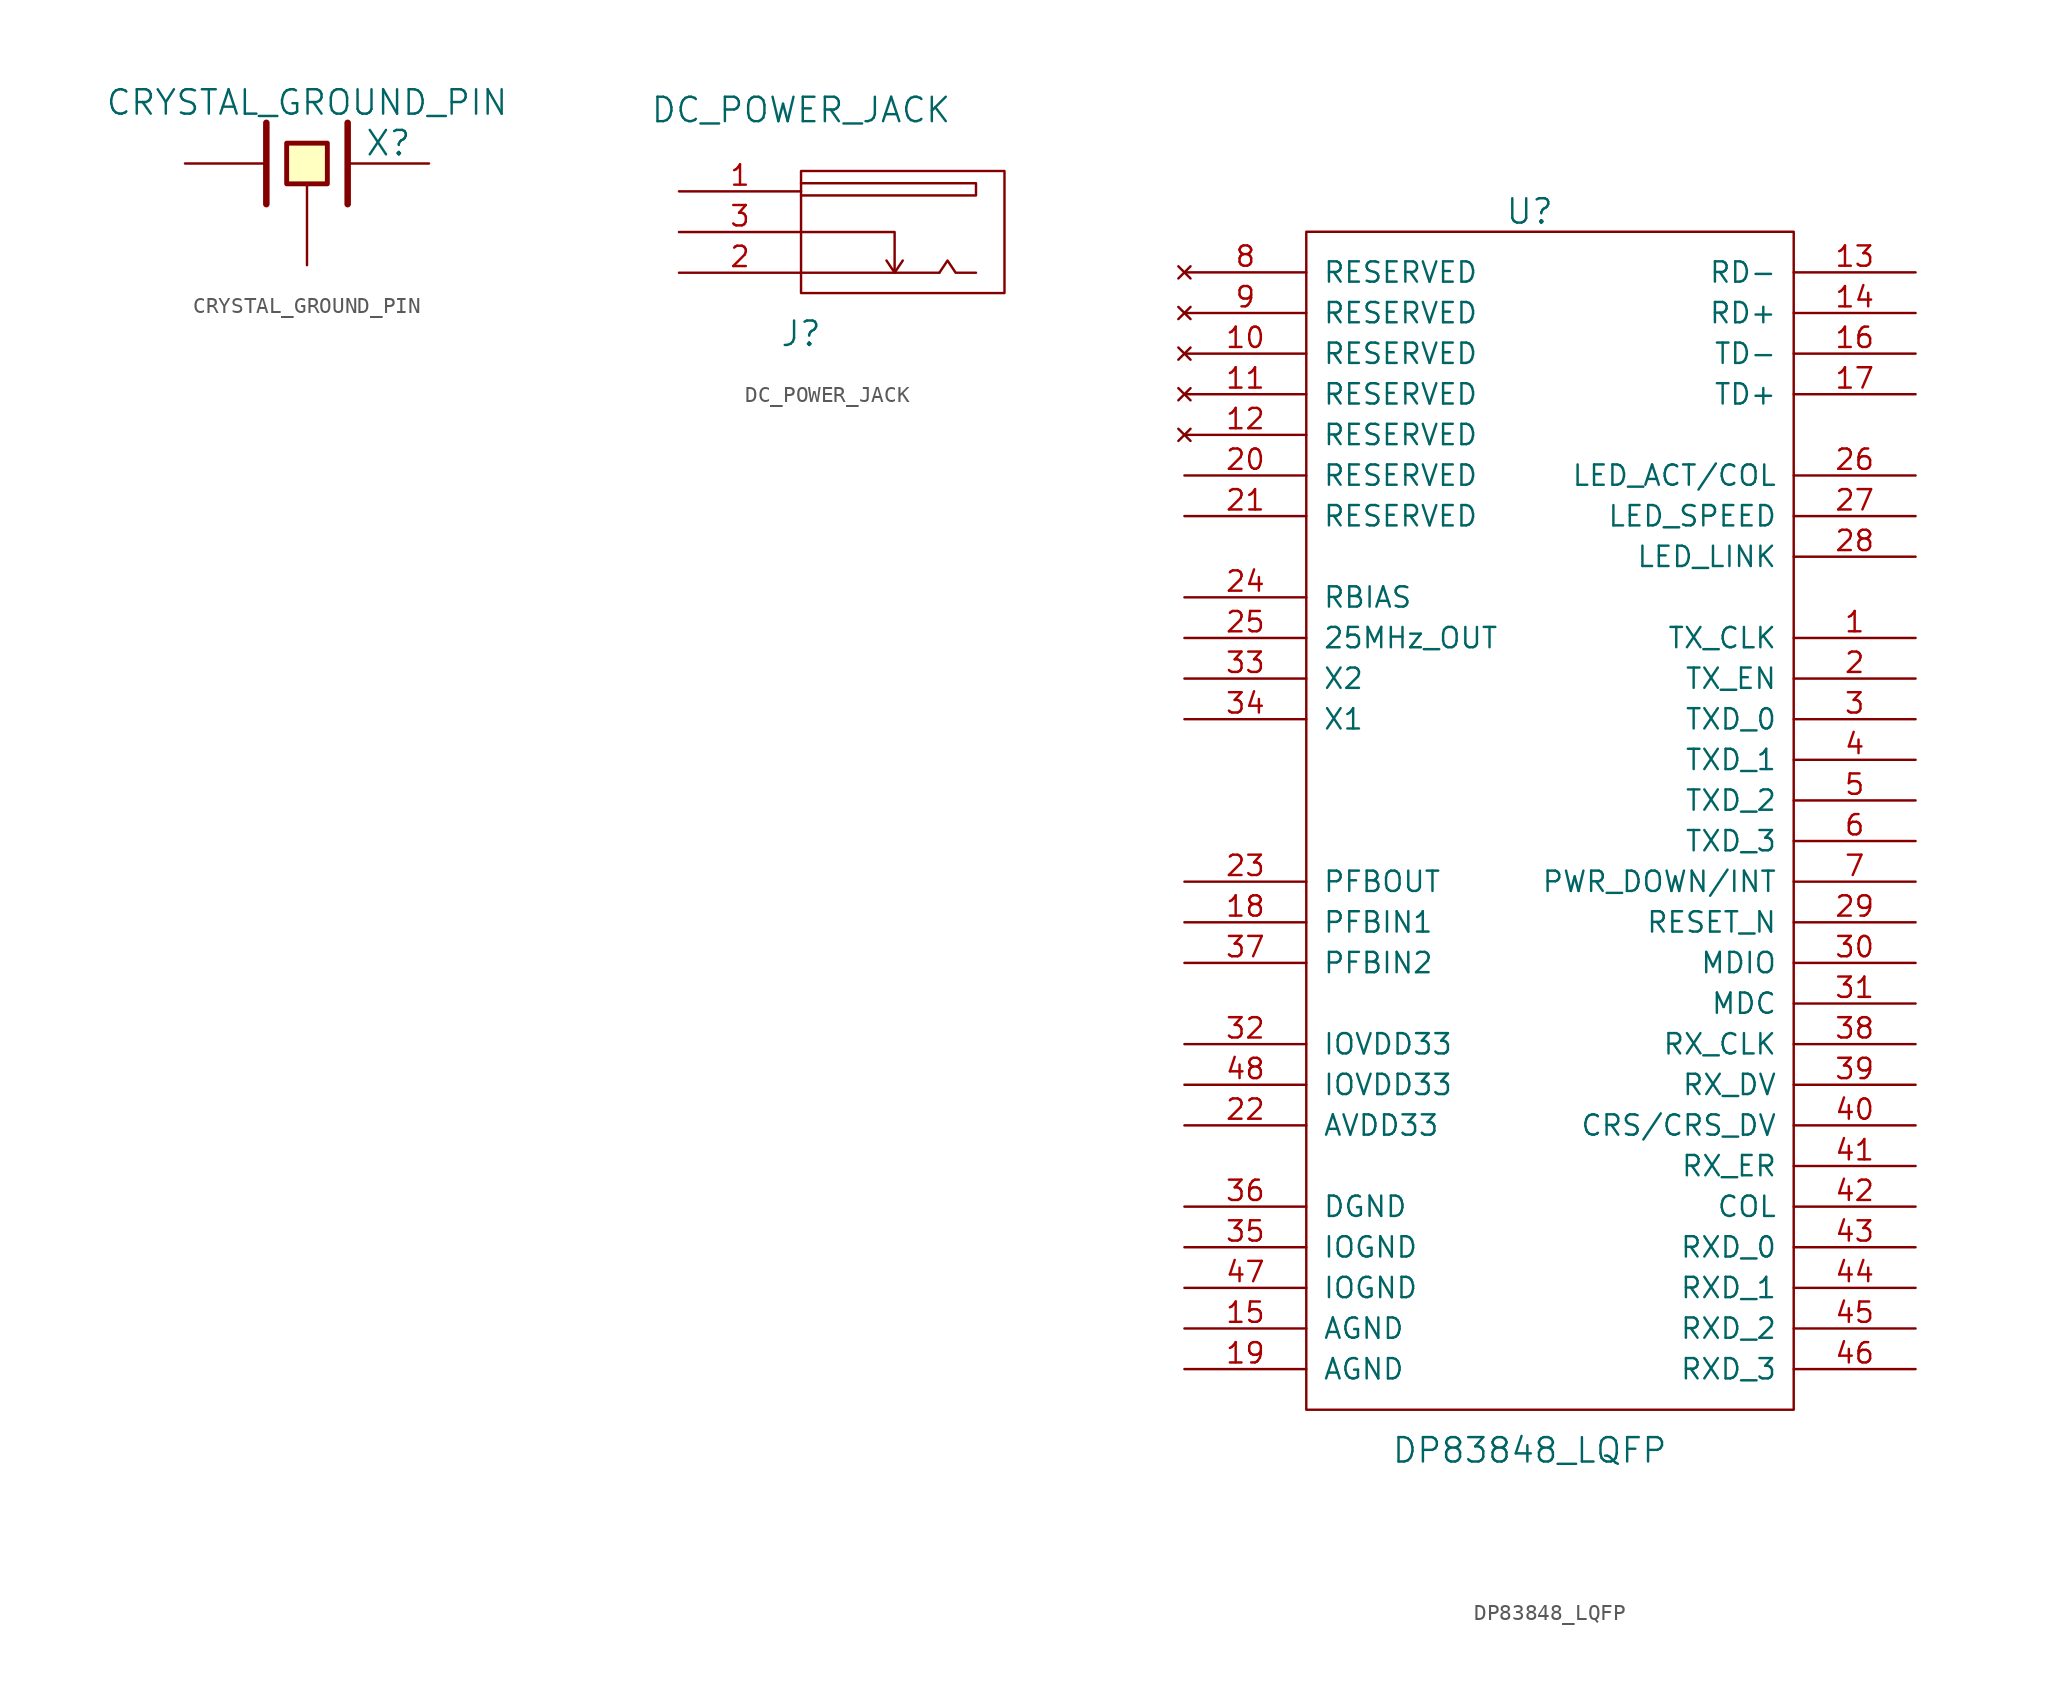
<source format=kicad_sym>
(kicad_symbol_lib
  (version 20211014)
  (generator kicad_symbol_editor)
  (symbol "CRYSTAL_GROUND_PIN"
    (pin_numbers hide)
    (pin_names
      (offset 1.016) hide)
    (property "Reference" "X"
      (at 5.08 1.27 0)
      (effects (font (size 1.524 1.524))))
    (property "Value" "CRYSTAL_GROUND_PIN"
      (at 0 3.81 0)
      (effects (font (size 1.524 1.524))))
    (property "Footprint" ""
      (at 0 0 0)
      (effects (font (size 1.524 1.524))))
    (property "Datasheet" ""
      (at 0 0 0)
      (effects (font (size 1.524 1.524))))
    (symbol "CRYSTAL_GROUND_PIN_0_1"
      (polyline (pts (xy -2.54 2.54) (xy -2.54 -2.54)) (stroke (width 0.406) (type default) (color 0 0 0 0)) (fill (type none)))
      (polyline (pts (xy 2.54 2.54) (xy 2.54 -2.54)) (stroke (width 0.406) (type default) (color 0 0 0 0)) (fill (type none)))
      (polyline (pts (xy -1.27 1.27) (xy 1.27 1.27) (xy 1.27 -1.27) (xy -1.27 -1.27) (xy -1.27 1.27)) (stroke (width 0.305) (type default) (color 0 0 0 0)) (fill (type background))))
    (symbol "CRYSTAL_GROUND_PIN_1_1"
      (pin passive line (at -7.62 0 0) (length 5.08) (name "1" (effects (font (size 1.016 1.016)))) (number "1" (effects (font (size 1.016 1.016)))))
      (pin passive line (at 7.62 0 180) (length 5.08) (name "2" (effects (font (size 1.016 1.016)))) (number "2" (effects (font (size 1.016 1.016)))))
      (pin passive line (at 0 -6.35 90) (length 5.08) (name "GND" (effects (font (size 1.016 1.016)))) (number "3" (effects (font (size 1.016 1.016)))))))
  (symbol "DC_POWER_JACK"
    (pin_names
      (offset 1.016))
    (property "Reference" "J"
      (at 0 -6.35 0)
      (effects (font (size 1.524 1.524))))
    (property "Value" "DC_POWER_JACK"
      (at 0 7.62 0)
      (effects (font (size 1.524 1.524))))
    (property "Footprint" ""
      (at 0 0 0)
      (effects (font (size 1.524 1.524))))
    (property "Datasheet" ""
      (at 0 0 0)
      (effects (font (size 1.524 1.524))))
    (symbol "DC_POWER_JACK_0_1"
      (polyline (pts (xy 0 -2.54) (xy 8.636 -2.54) (xy 8.636 -2.54)) (stroke (width 0) (type default) (color 0 0 0 0)) (fill (type none)))
      (polyline (pts (xy 5.842 -2.54) (xy 6.35 -1.778) (xy 6.35 -1.778)) (stroke (width 0) (type default) (color 0 0 0 0)) (fill (type none)))
      (polyline (pts (xy 8.636 -2.54) (xy 9.144 -1.778) (xy 9.652 -2.54) (xy 10.922 -2.54) (xy 10.922 -2.54)) (stroke (width 0) (type default) (color 0 0 0 0)) (fill (type none)))
      (polyline (pts (xy 0 0) (xy 5.842 0) (xy 5.842 -2.54) (xy 5.334 -1.778) (xy 5.334 -1.778) (xy 5.334 -1.778) (xy 5.334 -1.778)) (stroke (width 0) (type default) (color 0 0 0 0)) (fill (type none)))
      (polyline (pts (xy 0 3.048) (xy 10.922 3.048) (xy 10.922 2.286) (xy 0 2.286) (xy 0 2.286) (xy 0 2.286) (xy 0 2.286)) (stroke (width 0) (type default) (color 0 0 0 0)) (fill (type none)))
      (rectangle (start 0 3.81) (end 12.7 -3.81) (stroke (width 0) (type default) (color 0 0 0 0)) (fill (type none))))
    (symbol "DC_POWER_JACK_1_1"
      (pin output line (at -7.62 2.54 0) (length 7.62) (name "~" (effects (font (size 1.27 1.27)))) (number "1" (effects (font (size 1.27 1.27)))))
      (pin output line (at -7.62 -2.54 0) (length 7.62) (name "~" (effects (font (size 1.27 1.27)))) (number "2" (effects (font (size 1.27 1.27)))))
      (pin bidirectional line (at -7.62 0 0) (length 7.62) (name "~" (effects (font (size 1.27 1.27)))) (number "3" (effects (font (size 1.27 1.27)))))))
  (symbol "DP83848_LQFP"
    (pin_names
      (offset 1.016))
    (property "Reference" "U"
      (at -1.27 38.1 0)
      (effects (font (size 1.524 1.524))))
    (property "Value" "DP83848_LQFP"
      (at -1.27 -39.37 0)
      (effects (font (size 1.524 1.524))))
    (property "Footprint" ""
      (at 0 0 0)
      (effects (font (size 1.524 1.524))))
    (property "Datasheet" ""
      (at 0 0 0)
      (effects (font (size 1.524 1.524))))
    (symbol "DP83848_LQFP_0_1"
      (rectangle (start -15.24 36.83) (end 15.24 -36.83) (stroke (width 0) (type default) (color 0 0 0 0)) (fill (type none))))
    (symbol "DP83848_LQFP_1_1"
      (pin output line (at 22.86 11.43 180) (length 7.62) (name "TX_CLK" (effects (font (size 1.27 1.27)))) (number "1" (effects (font (size 1.27 1.27)))))
      (pin no_connect line (at -22.86 29.21 0) (length 7.62) (name "RESERVED" (effects (font (size 1.27 1.27)))) (number "10" (effects (font (size 1.27 1.27)))))
      (pin no_connect line (at -22.86 26.67 0) (length 7.62) (name "RESERVED" (effects (font (size 1.27 1.27)))) (number "11" (effects (font (size 1.27 1.27)))))
      (pin no_connect line (at -22.86 24.13 0) (length 7.62) (name "RESERVED" (effects (font (size 1.27 1.27)))) (number "12" (effects (font (size 1.27 1.27)))))
      (pin bidirectional line (at 22.86 34.29 180) (length 7.62) (name "RD-" (effects (font (size 1.27 1.27)))) (number "13" (effects (font (size 1.27 1.27)))))
      (pin bidirectional line (at 22.86 31.75 180) (length 7.62) (name "RD+" (effects (font (size 1.27 1.27)))) (number "14" (effects (font (size 1.27 1.27)))))
      (pin power_in line (at -22.86 -31.75 0) (length 7.62) (name "AGND" (effects (font (size 1.27 1.27)))) (number "15" (effects (font (size 1.27 1.27)))))
      (pin bidirectional line (at 22.86 29.21 180) (length 7.62) (name "TD-" (effects (font (size 1.27 1.27)))) (number "16" (effects (font (size 1.27 1.27)))))
      (pin bidirectional line (at 22.86 26.67 180) (length 7.62) (name "TD+" (effects (font (size 1.27 1.27)))) (number "17" (effects (font (size 1.27 1.27)))))
      (pin input line (at -22.86 -6.35 0) (length 7.62) (name "PFBIN1" (effects (font (size 1.27 1.27)))) (number "18" (effects (font (size 1.27 1.27)))))
      (pin power_in line (at -22.86 -34.29 0) (length 7.62) (name "AGND" (effects (font (size 1.27 1.27)))) (number "19" (effects (font (size 1.27 1.27)))))
      (pin input line (at 22.86 8.89 180) (length 7.62) (name "TX_EN" (effects (font (size 1.27 1.27)))) (number "2" (effects (font (size 1.27 1.27)))))
      (pin input line (at -22.86 21.59 0) (length 7.62) (name "RESERVED" (effects (font (size 1.27 1.27)))) (number "20" (effects (font (size 1.27 1.27)))))
      (pin input line (at -22.86 19.05 0) (length 7.62) (name "RESERVED" (effects (font (size 1.27 1.27)))) (number "21" (effects (font (size 1.27 1.27)))))
      (pin power_in line (at -22.86 -19.05 0) (length 7.62) (name "AVDD33" (effects (font (size 1.27 1.27)))) (number "22" (effects (font (size 1.27 1.27)))))
      (pin output line (at -22.86 -3.81 0) (length 7.62) (name "PFBOUT" (effects (font (size 1.27 1.27)))) (number "23" (effects (font (size 1.27 1.27)))))
      (pin input line (at -22.86 13.97 0) (length 7.62) (name "RBIAS" (effects (font (size 1.27 1.27)))) (number "24" (effects (font (size 1.27 1.27)))))
      (pin output line (at -22.86 11.43 0) (length 7.62) (name "25MHz_OUT" (effects (font (size 1.27 1.27)))) (number "25" (effects (font (size 1.27 1.27)))))
      (pin output line (at 22.86 21.59 180) (length 7.62) (name "LED_ACT/COL" (effects (font (size 1.27 1.27)))) (number "26" (effects (font (size 1.27 1.27)))))
      (pin output line (at 22.86 19.05 180) (length 7.62) (name "LED_SPEED" (effects (font (size 1.27 1.27)))) (number "27" (effects (font (size 1.27 1.27)))))
      (pin output line (at 22.86 16.51 180) (length 7.62) (name "LED_LINK" (effects (font (size 1.27 1.27)))) (number "28" (effects (font (size 1.27 1.27)))))
      (pin input line (at 22.86 -6.35 180) (length 7.62) (name "RESET_N" (effects (font (size 1.27 1.27)))) (number "29" (effects (font (size 1.27 1.27)))))
      (pin input line (at 22.86 6.35 180) (length 7.62) (name "TXD_0" (effects (font (size 1.27 1.27)))) (number "3" (effects (font (size 1.27 1.27)))))
      (pin bidirectional line (at 22.86 -8.89 180) (length 7.62) (name "MDIO" (effects (font (size 1.27 1.27)))) (number "30" (effects (font (size 1.27 1.27)))))
      (pin input line (at 22.86 -11.43 180) (length 7.62) (name "MDC" (effects (font (size 1.27 1.27)))) (number "31" (effects (font (size 1.27 1.27)))))
      (pin power_in line (at -22.86 -13.97 0) (length 7.62) (name "IOVDD33" (effects (font (size 1.27 1.27)))) (number "32" (effects (font (size 1.27 1.27)))))
      (pin output line (at -22.86 8.89 0) (length 7.62) (name "X2" (effects (font (size 1.27 1.27)))) (number "33" (effects (font (size 1.27 1.27)))))
      (pin input line (at -22.86 6.35 0) (length 7.62) (name "X1" (effects (font (size 1.27 1.27)))) (number "34" (effects (font (size 1.27 1.27)))))
      (pin power_in line (at -22.86 -26.67 0) (length 7.62) (name "IOGND" (effects (font (size 1.27 1.27)))) (number "35" (effects (font (size 1.27 1.27)))))
      (pin power_in line (at -22.86 -24.13 0) (length 7.62) (name "DGND" (effects (font (size 1.27 1.27)))) (number "36" (effects (font (size 1.27 1.27)))))
      (pin input line (at -22.86 -8.89 0) (length 7.62) (name "PFBIN2" (effects (font (size 1.27 1.27)))) (number "37" (effects (font (size 1.27 1.27)))))
      (pin output line (at 22.86 -13.97 180) (length 7.62) (name "RX_CLK" (effects (font (size 1.27 1.27)))) (number "38" (effects (font (size 1.27 1.27)))))
      (pin output line (at 22.86 -16.51 180) (length 7.62) (name "RX_DV" (effects (font (size 1.27 1.27)))) (number "39" (effects (font (size 1.27 1.27)))))
      (pin input line (at 22.86 3.81 180) (length 7.62) (name "TXD_1" (effects (font (size 1.27 1.27)))) (number "4" (effects (font (size 1.27 1.27)))))
      (pin output line (at 22.86 -19.05 180) (length 7.62) (name "CRS/CRS_DV" (effects (font (size 1.27 1.27)))) (number "40" (effects (font (size 1.27 1.27)))))
      (pin output line (at 22.86 -21.59 180) (length 7.62) (name "RX_ER" (effects (font (size 1.27 1.27)))) (number "41" (effects (font (size 1.27 1.27)))))
      (pin output line (at 22.86 -24.13 180) (length 7.62) (name "COL" (effects (font (size 1.27 1.27)))) (number "42" (effects (font (size 1.27 1.27)))))
      (pin output line (at 22.86 -26.67 180) (length 7.62) (name "RXD_0" (effects (font (size 1.27 1.27)))) (number "43" (effects (font (size 1.27 1.27)))))
      (pin output line (at 22.86 -29.21 180) (length 7.62) (name "RXD_1" (effects (font (size 1.27 1.27)))) (number "44" (effects (font (size 1.27 1.27)))))
      (pin output line (at 22.86 -31.75 180) (length 7.62) (name "RXD_2" (effects (font (size 1.27 1.27)))) (number "45" (effects (font (size 1.27 1.27)))))
      (pin output line (at 22.86 -34.29 180) (length 7.62) (name "RXD_3" (effects (font (size 1.27 1.27)))) (number "46" (effects (font (size 1.27 1.27)))))
      (pin power_in line (at -22.86 -29.21 0) (length 7.62) (name "IOGND" (effects (font (size 1.27 1.27)))) (number "47" (effects (font (size 1.27 1.27)))))
      (pin power_in line (at -22.86 -16.51 0) (length 7.62) (name "IOVDD33" (effects (font (size 1.27 1.27)))) (number "48" (effects (font (size 1.27 1.27)))))
      (pin input line (at 22.86 1.27 180) (length 7.62) (name "TXD_2" (effects (font (size 1.27 1.27)))) (number "5" (effects (font (size 1.27 1.27)))))
      (pin input line (at 22.86 -1.27 180) (length 7.62) (name "TXD_3" (effects (font (size 1.27 1.27)))) (number "6" (effects (font (size 1.27 1.27)))))
      (pin input line (at 22.86 -3.81 180) (length 7.62) (name "PWR_DOWN/INT" (effects (font (size 1.27 1.27)))) (number "7" (effects (font (size 1.27 1.27)))))
      (pin no_connect line (at -22.86 34.29 0) (length 7.62) (name "RESERVED" (effects (font (size 1.27 1.27)))) (number "8" (effects (font (size 1.27 1.27)))))
      (pin no_connect line (at -22.86 31.75 0) (length 7.62) (name "RESERVED" (effects (font (size 1.27 1.27)))) (number "9" (effects (font (size 1.27 1.27))))))))
</source>
